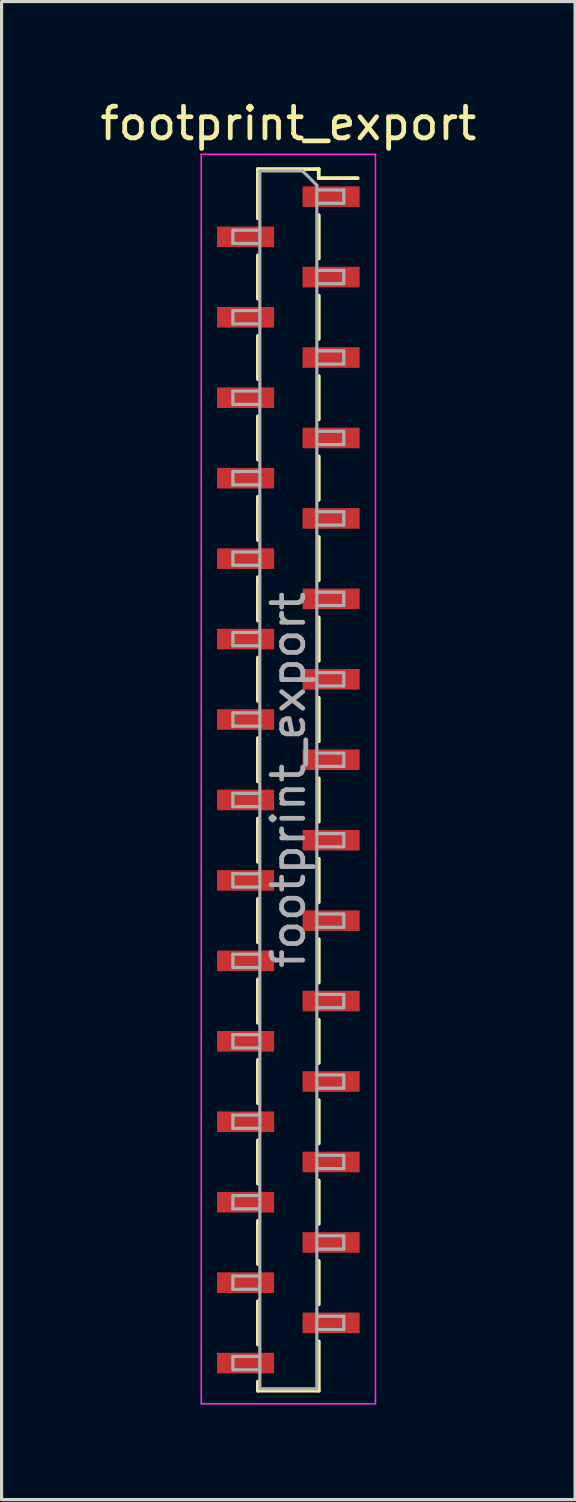
<source format=kicad_pcb>
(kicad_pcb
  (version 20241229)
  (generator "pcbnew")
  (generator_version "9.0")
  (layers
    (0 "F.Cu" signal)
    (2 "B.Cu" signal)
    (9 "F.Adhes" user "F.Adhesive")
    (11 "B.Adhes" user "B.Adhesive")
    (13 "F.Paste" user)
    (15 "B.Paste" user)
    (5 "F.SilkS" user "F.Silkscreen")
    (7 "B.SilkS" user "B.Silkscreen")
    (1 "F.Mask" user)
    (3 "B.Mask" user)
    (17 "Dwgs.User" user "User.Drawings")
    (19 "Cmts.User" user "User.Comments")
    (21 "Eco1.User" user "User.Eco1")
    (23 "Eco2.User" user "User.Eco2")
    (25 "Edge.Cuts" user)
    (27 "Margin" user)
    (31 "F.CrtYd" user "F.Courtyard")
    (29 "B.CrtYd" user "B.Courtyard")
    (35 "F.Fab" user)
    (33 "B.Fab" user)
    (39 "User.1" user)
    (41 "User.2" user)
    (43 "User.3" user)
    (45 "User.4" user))
  (footprint "footprint_export"
    (layer "F.Cu")
    (at 6.054 21.573)
    (property "Reference" "footprint_export" (at 0 -20.725 0) (layer "F.SilkS") (effects (font (size 1 1) (thickness 0.15))))
    (attr smd)
    (fp_line (start -0.96 -19.285) (end -0.96 -17.73) (stroke (width 0.12) (type solid)) (layer "F.SilkS"))
    (fp_line (start -0.96 -19.285) (end 0.96 -19.285) (stroke (width 0.12) (type solid)) (layer "F.SilkS"))
    (fp_line (start -0.96 -16.56) (end -0.96 -15.19) (stroke (width 0.12) (type solid)) (layer "F.SilkS"))
    (fp_line (start -0.96 -14.02) (end -0.96 -12.65) (stroke (width 0.12) (type solid)) (layer "F.SilkS"))
    (fp_line (start -0.96 -11.48) (end -0.96 -10.11) (stroke (width 0.12) (type solid)) (layer "F.SilkS"))
    (fp_line (start -0.96 -8.94) (end -0.96 -7.57) (stroke (width 0.12) (type solid)) (layer "F.SilkS"))
    (fp_line (start -0.96 -6.4) (end -0.96 -5.03) (stroke (width 0.12) (type solid)) (layer "F.SilkS"))
    (fp_line (start -0.96 -3.86) (end -0.96 -2.49) (stroke (width 0.12) (type solid)) (layer "F.SilkS"))
    (fp_line (start -0.96 -1.32) (end -0.96 0.05) (stroke (width 0.12) (type solid)) (layer "F.SilkS"))
    (fp_line (start -0.96 1.22) (end -0.96 2.59) (stroke (width 0.12) (type solid)) (layer "F.SilkS"))
    (fp_line (start -0.96 3.76) (end -0.96 5.13) (stroke (width 0.12) (type solid)) (layer "F.SilkS"))
    (fp_line (start -0.96 6.3) (end -0.96 7.67) (stroke (width 0.12) (type solid)) (layer "F.SilkS"))
    (fp_line (start -0.96 8.84) (end -0.96 10.21) (stroke (width 0.12) (type solid)) (layer "F.SilkS"))
    (fp_line (start -0.96 11.38) (end -0.96 12.75) (stroke (width 0.12) (type solid)) (layer "F.SilkS"))
    (fp_line (start -0.96 13.92) (end -0.96 15.29) (stroke (width 0.12) (type solid)) (layer "F.SilkS"))
    (fp_line (start -0.96 16.46) (end -0.96 17.83) (stroke (width 0.12) (type solid)) (layer "F.SilkS"))
    (fp_line (start -0.96 19) (end -0.96 19.285) (stroke (width 0.12) (type solid)) (layer "F.SilkS"))
    (fp_line (start -0.96 19.285) (end 0.96 19.285) (stroke (width 0.12) (type solid)) (layer "F.SilkS"))
    (fp_line (start 0.96 -19.285) (end 0.96 -19) (stroke (width 0.12) (type solid)) (layer "F.SilkS"))
    (fp_line (start 0.96 -19) (end 2.19 -19) (stroke (width 0.12) (type solid)) (layer "F.SilkS"))
    (fp_line (start 0.96 -17.83) (end 0.96 -16.46) (stroke (width 0.12) (type solid)) (layer "F.SilkS"))
    (fp_line (start 0.96 -15.29) (end 0.96 -13.92) (stroke (width 0.12) (type solid)) (layer "F.SilkS"))
    (fp_line (start 0.96 -12.75) (end 0.96 -11.38) (stroke (width 0.12) (type solid)) (layer "F.SilkS"))
    (fp_line (start 0.96 -10.21) (end 0.96 -8.84) (stroke (width 0.12) (type solid)) (layer "F.SilkS"))
    (fp_line (start 0.96 -7.67) (end 0.96 -6.3) (stroke (width 0.12) (type solid)) (layer "F.SilkS"))
    (fp_line (start 0.96 -5.13) (end 0.96 -3.76) (stroke (width 0.12) (type solid)) (layer "F.SilkS"))
    (fp_line (start 0.96 -2.59) (end 0.96 -1.22) (stroke (width 0.12) (type solid)) (layer "F.SilkS"))
    (fp_line (start 0.96 -0.05) (end 0.96 1.32) (stroke (width 0.12) (type solid)) (layer "F.SilkS"))
    (fp_line (start 0.96 2.49) (end 0.96 3.86) (stroke (width 0.12) (type solid)) (layer "F.SilkS"))
    (fp_line (start 0.96 5.03) (end 0.96 6.4) (stroke (width 0.12) (type solid)) (layer "F.SilkS"))
    (fp_line (start 0.96 7.57) (end 0.96 8.94) (stroke (width 0.12) (type solid)) (layer "F.SilkS"))
    (fp_line (start 0.96 10.11) (end 0.96 11.48) (stroke (width 0.12) (type solid)) (layer "F.SilkS"))
    (fp_line (start 0.96 12.65) (end 0.96 14.02) (stroke (width 0.12) (type solid)) (layer "F.SilkS"))
    (fp_line (start 0.96 15.19) (end 0.96 16.56) (stroke (width 0.12) (type solid)) (layer "F.SilkS"))
    (fp_line (start 0.96 17.73) (end 0.96 19.285) (stroke (width 0.12) (type solid)) (layer "F.SilkS"))
    (fp_line (start -2.75 -19.75) (end 2.75 -19.75) (stroke (width 0.05) (type solid)) (layer "F.CrtYd"))
    (fp_line (start -2.75 19.7) (end -2.75 -19.75) (stroke (width 0.05) (type solid)) (layer "F.CrtYd"))
    (fp_line (start 2.75 -19.75) (end 2.75 19.7) (stroke (width 0.05) (type solid)) (layer "F.CrtYd"))
    (fp_line (start 2.75 19.7) (end -2.75 19.7) (stroke (width 0.05) (type solid)) (layer "F.CrtYd"))
    (fp_line (start -1.75 -17.355) (end -0.9 -17.355) (stroke (width 0.1) (type solid)) (layer "F.Fab"))
    (fp_line (start -1.75 -16.935) (end -1.75 -17.355) (stroke (width 0.1) (type solid)) (layer "F.Fab"))
    (fp_line (start -1.75 -14.815) (end -0.9 -14.815) (stroke (width 0.1) (type solid)) (layer "F.Fab"))
    (fp_line (start -1.75 -14.395) (end -1.75 -14.815) (stroke (width 0.1) (type solid)) (layer "F.Fab"))
    (fp_line (start -1.75 -12.275) (end -0.9 -12.275) (stroke (width 0.1) (type solid)) (layer "F.Fab"))
    (fp_line (start -1.75 -11.855) (end -1.75 -12.275) (stroke (width 0.1) (type solid)) (layer "F.Fab"))
    (fp_line (start -1.75 -9.735) (end -0.9 -9.735) (stroke (width 0.1) (type solid)) (layer "F.Fab"))
    (fp_line (start -1.75 -9.315) (end -1.75 -9.735) (stroke (width 0.1) (type solid)) (layer "F.Fab"))
    (fp_line (start -1.75 -7.195) (end -0.9 -7.195) (stroke (width 0.1) (type solid)) (layer "F.Fab"))
    (fp_line (start -1.75 -6.775) (end -1.75 -7.195) (stroke (width 0.1) (type solid)) (layer "F.Fab"))
    (fp_line (start -1.75 -4.655) (end -0.9 -4.655) (stroke (width 0.1) (type solid)) (layer "F.Fab"))
    (fp_line (start -1.75 -4.235) (end -1.75 -4.655) (stroke (width 0.1) (type solid)) (layer "F.Fab"))
    (fp_line (start -1.75 -2.115) (end -0.9 -2.115) (stroke (width 0.1) (type solid)) (layer "F.Fab"))
    (fp_line (start -1.75 -1.695) (end -1.75 -2.115) (stroke (width 0.1) (type solid)) (layer "F.Fab"))
    (fp_line (start -1.75 0.425) (end -0.9 0.425) (stroke (width 0.1) (type solid)) (layer "F.Fab"))
    (fp_line (start -1.75 0.845) (end -1.75 0.425) (stroke (width 0.1) (type solid)) (layer "F.Fab"))
    (fp_line (start -1.75 2.965) (end -0.9 2.965) (stroke (width 0.1) (type solid)) (layer "F.Fab"))
    (fp_line (start -1.75 3.385) (end -1.75 2.965) (stroke (width 0.1) (type solid)) (layer "F.Fab"))
    (fp_line (start -1.75 5.505) (end -0.9 5.505) (stroke (width 0.1) (type solid)) (layer "F.Fab"))
    (fp_line (start -1.75 5.925) (end -1.75 5.505) (stroke (width 0.1) (type solid)) (layer "F.Fab"))
    (fp_line (start -1.75 8.045) (end -0.9 8.045) (stroke (width 0.1) (type solid)) (layer "F.Fab"))
    (fp_line (start -1.75 8.465) (end -1.75 8.045) (stroke (width 0.1) (type solid)) (layer "F.Fab"))
    (fp_line (start -1.75 10.585) (end -0.9 10.585) (stroke (width 0.1) (type solid)) (layer "F.Fab"))
    (fp_line (start -1.75 11.005) (end -1.75 10.585) (stroke (width 0.1) (type solid)) (layer "F.Fab"))
    (fp_line (start -1.75 13.125) (end -0.9 13.125) (stroke (width 0.1) (type solid)) (layer "F.Fab"))
    (fp_line (start -1.75 13.545) (end -1.75 13.125) (stroke (width 0.1) (type solid)) (layer "F.Fab"))
    (fp_line (start -1.75 15.665) (end -0.9 15.665) (stroke (width 0.1) (type solid)) (layer "F.Fab"))
    (fp_line (start -1.75 16.085) (end -1.75 15.665) (stroke (width 0.1) (type solid)) (layer "F.Fab"))
    (fp_line (start -1.75 18.205) (end -0.9 18.205) (stroke (width 0.1) (type solid)) (layer "F.Fab"))
    (fp_line (start -1.75 18.625) (end -1.75 18.205) (stroke (width 0.1) (type solid)) (layer "F.Fab"))
    (fp_line (start -0.9 -19.225) (end 0.45 -19.225) (stroke (width 0.1) (type solid)) (layer "F.Fab"))
    (fp_line (start -0.9 -16.935) (end -1.75 -16.935) (stroke (width 0.1) (type solid)) (layer "F.Fab"))
    (fp_line (start -0.9 -14.395) (end -1.75 -14.395) (stroke (width 0.1) (type solid)) (layer "F.Fab"))
    (fp_line (start -0.9 -11.855) (end -1.75 -11.855) (stroke (width 0.1) (type solid)) (layer "F.Fab"))
    (fp_line (start -0.9 -9.315) (end -1.75 -9.315) (stroke (width 0.1) (type solid)) (layer "F.Fab"))
    (fp_line (start -0.9 -6.775) (end -1.75 -6.775) (stroke (width 0.1) (type solid)) (layer "F.Fab"))
    (fp_line (start -0.9 -4.235) (end -1.75 -4.235) (stroke (width 0.1) (type solid)) (layer "F.Fab"))
    (fp_line (start -0.9 -1.695) (end -1.75 -1.695) (stroke (width 0.1) (type solid)) (layer "F.Fab"))
    (fp_line (start -0.9 0.845) (end -1.75 0.845) (stroke (width 0.1) (type solid)) (layer "F.Fab"))
    (fp_line (start -0.9 3.385) (end -1.75 3.385) (stroke (width 0.1) (type solid)) (layer "F.Fab"))
    (fp_line (start -0.9 5.925) (end -1.75 5.925) (stroke (width 0.1) (type solid)) (layer "F.Fab"))
    (fp_line (start -0.9 8.465) (end -1.75 8.465) (stroke (width 0.1) (type solid)) (layer "F.Fab"))
    (fp_line (start -0.9 11.005) (end -1.75 11.005) (stroke (width 0.1) (type solid)) (layer "F.Fab"))
    (fp_line (start -0.9 13.545) (end -1.75 13.545) (stroke (width 0.1) (type solid)) (layer "F.Fab"))
    (fp_line (start -0.9 16.085) (end -1.75 16.085) (stroke (width 0.1) (type solid)) (layer "F.Fab"))
    (fp_line (start -0.9 18.625) (end -1.75 18.625) (stroke (width 0.1) (type solid)) (layer "F.Fab"))
    (fp_line (start -0.9 19.225) (end -0.9 -19.225) (stroke (width 0.1) (type solid)) (layer "F.Fab"))
    (fp_line (start 0.45 -19.225) (end 0.9 -18.775) (stroke (width 0.1) (type solid)) (layer "F.Fab"))
    (fp_line (start 0.9 -18.775) (end 0.9 19.225) (stroke (width 0.1) (type solid)) (layer "F.Fab"))
    (fp_line (start 0.9 -18.625) (end 1.75 -18.625) (stroke (width 0.1) (type solid)) (layer "F.Fab"))
    (fp_line (start 0.9 -16.085) (end 1.75 -16.085) (stroke (width 0.1) (type solid)) (layer "F.Fab"))
    (fp_line (start 0.9 -13.545) (end 1.75 -13.545) (stroke (width 0.1) (type solid)) (layer "F.Fab"))
    (fp_line (start 0.9 -11.005) (end 1.75 -11.005) (stroke (width 0.1) (type solid)) (layer "F.Fab"))
    (fp_line (start 0.9 -8.465) (end 1.75 -8.465) (stroke (width 0.1) (type solid)) (layer "F.Fab"))
    (fp_line (start 0.9 -5.925) (end 1.75 -5.925) (stroke (width 0.1) (type solid)) (layer "F.Fab"))
    (fp_line (start 0.9 -3.385) (end 1.75 -3.385) (stroke (width 0.1) (type solid)) (layer "F.Fab"))
    (fp_line (start 0.9 -0.845) (end 1.75 -0.845) (stroke (width 0.1) (type solid)) (layer "F.Fab"))
    (fp_line (start 0.9 1.695) (end 1.75 1.695) (stroke (width 0.1) (type solid)) (layer "F.Fab"))
    (fp_line (start 0.9 4.235) (end 1.75 4.235) (stroke (width 0.1) (type solid)) (layer "F.Fab"))
    (fp_line (start 0.9 6.775) (end 1.75 6.775) (stroke (width 0.1) (type solid)) (layer "F.Fab"))
    (fp_line (start 0.9 9.315) (end 1.75 9.315) (stroke (width 0.1) (type solid)) (layer "F.Fab"))
    (fp_line (start 0.9 11.855) (end 1.75 11.855) (stroke (width 0.1) (type solid)) (layer "F.Fab"))
    (fp_line (start 0.9 14.395) (end 1.75 14.395) (stroke (width 0.1) (type solid)) (layer "F.Fab"))
    (fp_line (start 0.9 16.935) (end 1.75 16.935) (stroke (width 0.1) (type solid)) (layer "F.Fab"))
    (fp_line (start 0.9 19.225) (end -0.9 19.225) (stroke (width 0.1) (type solid)) (layer "F.Fab"))
    (fp_line (start 1.75 -18.625) (end 1.75 -18.205) (stroke (width 0.1) (type solid)) (layer "F.Fab"))
    (fp_line (start 1.75 -18.205) (end 0.9 -18.205) (stroke (width 0.1) (type solid)) (layer "F.Fab"))
    (fp_line (start 1.75 -16.085) (end 1.75 -15.665) (stroke (width 0.1) (type solid)) (layer "F.Fab"))
    (fp_line (start 1.75 -15.665) (end 0.9 -15.665) (stroke (width 0.1) (type solid)) (layer "F.Fab"))
    (fp_line (start 1.75 -13.545) (end 1.75 -13.125) (stroke (width 0.1) (type solid)) (layer "F.Fab"))
    (fp_line (start 1.75 -13.125) (end 0.9 -13.125) (stroke (width 0.1) (type solid)) (layer "F.Fab"))
    (fp_line (start 1.75 -11.005) (end 1.75 -10.585) (stroke (width 0.1) (type solid)) (layer "F.Fab"))
    (fp_line (start 1.75 -10.585) (end 0.9 -10.585) (stroke (width 0.1) (type solid)) (layer "F.Fab"))
    (fp_line (start 1.75 -8.465) (end 1.75 -8.045) (stroke (width 0.1) (type solid)) (layer "F.Fab"))
    (fp_line (start 1.75 -8.045) (end 0.9 -8.045) (stroke (width 0.1) (type solid)) (layer "F.Fab"))
    (fp_line (start 1.75 -5.925) (end 1.75 -5.505) (stroke (width 0.1) (type solid)) (layer "F.Fab"))
    (fp_line (start 1.75 -5.505) (end 0.9 -5.505) (stroke (width 0.1) (type solid)) (layer "F.Fab"))
    (fp_line (start 1.75 -3.385) (end 1.75 -2.965) (stroke (width 0.1) (type solid)) (layer "F.Fab"))
    (fp_line (start 1.75 -2.965) (end 0.9 -2.965) (stroke (width 0.1) (type solid)) (layer "F.Fab"))
    (fp_line (start 1.75 -0.845) (end 1.75 -0.425) (stroke (width 0.1) (type solid)) (layer "F.Fab"))
    (fp_line (start 1.75 -0.425) (end 0.9 -0.425) (stroke (width 0.1) (type solid)) (layer "F.Fab"))
    (fp_line (start 1.75 1.695) (end 1.75 2.115) (stroke (width 0.1) (type solid)) (layer "F.Fab"))
    (fp_line (start 1.75 2.115) (end 0.9 2.115) (stroke (width 0.1) (type solid)) (layer "F.Fab"))
    (fp_line (start 1.75 4.235) (end 1.75 4.655) (stroke (width 0.1) (type solid)) (layer "F.Fab"))
    (fp_line (start 1.75 4.655) (end 0.9 4.655) (stroke (width 0.1) (type solid)) (layer "F.Fab"))
    (fp_line (start 1.75 6.775) (end 1.75 7.195) (stroke (width 0.1) (type solid)) (layer "F.Fab"))
    (fp_line (start 1.75 7.195) (end 0.9 7.195) (stroke (width 0.1) (type solid)) (layer "F.Fab"))
    (fp_line (start 1.75 9.315) (end 1.75 9.735) (stroke (width 0.1) (type solid)) (layer "F.Fab"))
    (fp_line (start 1.75 9.735) (end 0.9 9.735) (stroke (width 0.1) (type solid)) (layer "F.Fab"))
    (fp_line (start 1.75 11.855) (end 1.75 12.275) (stroke (width 0.1) (type solid)) (layer "F.Fab"))
    (fp_line (start 1.75 12.275) (end 0.9 12.275) (stroke (width 0.1) (type solid)) (layer "F.Fab"))
    (fp_line (start 1.75 14.395) (end 1.75 14.815) (stroke (width 0.1) (type solid)) (layer "F.Fab"))
    (fp_line (start 1.75 14.815) (end 0.9 14.815) (stroke (width 0.1) (type solid)) (layer "F.Fab"))
    (fp_line (start 1.75 16.935) (end 1.75 17.355) (stroke (width 0.1) (type solid)) (layer "F.Fab"))
    (fp_line (start 1.75 17.355) (end 0.9 17.355) (stroke (width 0.1) (type solid)) (layer "F.Fab"))
    (fp_text user "${REFERENCE}" (at 0 0 90) (layer "F.Fab") (effects (font (size 1 1) (thickness 0.15))))
    (pad "1" smd rect (at 1.35 -18.415) (size 1.8 0.65) (layers "F.Cu" "F.Mask" "F.Paste"))
    (pad "2" smd rect (at -1.35 -17.145) (size 1.8 0.65) (layers "F.Cu" "F.Mask" "F.Paste"))
    (pad "3" smd rect (at 1.35 -15.875) (size 1.8 0.65) (layers "F.Cu" "F.Mask" "F.Paste"))
    (pad "4" smd rect (at -1.35 -14.605) (size 1.8 0.65) (layers "F.Cu" "F.Mask" "F.Paste"))
    (pad "5" smd rect (at 1.35 -13.335) (size 1.8 0.65) (layers "F.Cu" "F.Mask" "F.Paste"))
    (pad "6" smd rect (at -1.35 -12.065) (size 1.8 0.65) (layers "F.Cu" "F.Mask" "F.Paste"))
    (pad "7" smd rect (at 1.35 -10.795) (size 1.8 0.65) (layers "F.Cu" "F.Mask" "F.Paste"))
    (pad "8" smd rect (at -1.35 -9.525) (size 1.8 0.65) (layers "F.Cu" "F.Mask" "F.Paste"))
    (pad "9" smd rect (at 1.35 -8.255) (size 1.8 0.65) (layers "F.Cu" "F.Mask" "F.Paste"))
    (pad "10" smd rect (at -1.35 -6.985) (size 1.8 0.65) (layers "F.Cu" "F.Mask" "F.Paste"))
    (pad "11" smd rect (at 1.35 -5.715) (size 1.8 0.65) (layers "F.Cu" "F.Mask" "F.Paste"))
    (pad "12" smd rect (at -1.35 -4.445) (size 1.8 0.65) (layers "F.Cu" "F.Mask" "F.Paste"))
    (pad "13" smd rect (at 1.35 -3.175) (size 1.8 0.65) (layers "F.Cu" "F.Mask" "F.Paste"))
    (pad "14" smd rect (at -1.35 -1.905) (size 1.8 0.65) (layers "F.Cu" "F.Mask" "F.Paste"))
    (pad "15" smd rect (at 1.35 -0.635) (size 1.8 0.65) (layers "F.Cu" "F.Mask" "F.Paste"))
    (pad "16" smd rect (at -1.35 0.635) (size 1.8 0.65) (layers "F.Cu" "F.Mask" "F.Paste"))
    (pad "17" smd rect (at 1.35 1.905) (size 1.8 0.65) (layers "F.Cu" "F.Mask" "F.Paste"))
    (pad "18" smd rect (at -1.35 3.175) (size 1.8 0.65) (layers "F.Cu" "F.Mask" "F.Paste"))
    (pad "19" smd rect (at 1.35 4.445) (size 1.8 0.65) (layers "F.Cu" "F.Mask" "F.Paste"))
    (pad "20" smd rect (at -1.35 5.715) (size 1.8 0.65) (layers "F.Cu" "F.Mask" "F.Paste"))
    (pad "21" smd rect (at 1.35 6.985) (size 1.8 0.65) (layers "F.Cu" "F.Mask" "F.Paste"))
    (pad "22" smd rect (at -1.35 8.255) (size 1.8 0.65) (layers "F.Cu" "F.Mask" "F.Paste"))
    (pad "23" smd rect (at 1.35 9.525) (size 1.8 0.65) (layers "F.Cu" "F.Mask" "F.Paste"))
    (pad "24" smd rect (at -1.35 10.795) (size 1.8 0.65) (layers "F.Cu" "F.Mask" "F.Paste"))
    (pad "25" smd rect (at 1.35 12.065) (size 1.8 0.65) (layers "F.Cu" "F.Mask" "F.Paste"))
    (pad "26" smd rect (at -1.35 13.335) (size 1.8 0.65) (layers "F.Cu" "F.Mask" "F.Paste"))
    (pad "27" smd rect (at 1.35 14.605) (size 1.8 0.65) (layers "F.Cu" "F.Mask" "F.Paste"))
    (pad "28" smd rect (at -1.35 15.875) (size 1.8 0.65) (layers "F.Cu" "F.Mask" "F.Paste"))
    (pad "29" smd rect (at 1.35 17.145) (size 1.8 0.65) (layers "F.Cu" "F.Mask" "F.Paste"))
    (pad "30" smd rect (at -1.35 18.415) (size 1.8 0.65) (layers "F.Cu" "F.Mask" "F.Paste")))
  (gr_rect
    (start -3 -3)
    (end 15.107 44.298)
    (stroke (width 0.1) (type default))
    (fill no)
    (layer "Edge.Cuts")))
</source>
